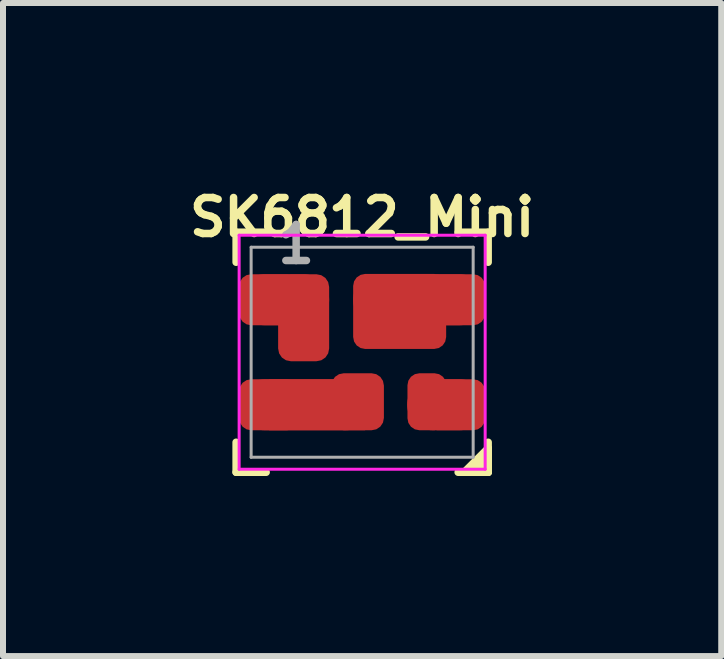
<source format=kicad_pcb>
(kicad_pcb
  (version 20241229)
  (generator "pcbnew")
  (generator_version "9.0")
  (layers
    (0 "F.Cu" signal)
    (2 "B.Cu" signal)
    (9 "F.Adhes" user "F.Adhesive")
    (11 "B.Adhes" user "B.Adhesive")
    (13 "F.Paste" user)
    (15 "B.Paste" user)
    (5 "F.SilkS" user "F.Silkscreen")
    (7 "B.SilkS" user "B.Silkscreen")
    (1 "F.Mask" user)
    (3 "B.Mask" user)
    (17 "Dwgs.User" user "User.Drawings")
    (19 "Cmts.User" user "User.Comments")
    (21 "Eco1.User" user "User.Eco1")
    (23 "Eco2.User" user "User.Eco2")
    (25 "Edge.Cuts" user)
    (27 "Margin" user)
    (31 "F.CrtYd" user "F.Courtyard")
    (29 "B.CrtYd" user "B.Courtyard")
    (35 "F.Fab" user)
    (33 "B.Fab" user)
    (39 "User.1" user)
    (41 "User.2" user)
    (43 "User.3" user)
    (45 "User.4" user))
  (footprint "SK6812_Mini"
    (layer "F.Cu")
    (at 2.985 2.82)
    (property "Reference" "SK6812_Mini" (at 0 -2.25 0) (layer "F.SilkS") (effects (font (size 0.6 0.6) (thickness 0.125))))
    (attr smd)
    (fp_line (start -2.1 -2) (end -2.1 -1.5) (stroke (width 0.125) (type solid)) (layer "F.SilkS"))
    (fp_line (start -2.1 -2) (end -1.6 -2) (stroke (width 0.125) (type solid)) (layer "F.SilkS"))
    (fp_line (start -2.1 2) (end -2.1 1.5) (stroke (width 0.125) (type solid)) (layer "F.SilkS"))
    (fp_line (start -2.1 2) (end -1.6 2) (stroke (width 0.125) (type solid)) (layer "F.SilkS"))
    (fp_line (start 1.7 2) (end 2.1 1.6) (stroke (width 0.125) (type solid)) (layer "F.SilkS"))
    (fp_line (start 2.1 -2) (end 1.6 -2) (stroke (width 0.125) (type solid)) (layer "F.SilkS"))
    (fp_line (start 2.1 -2) (end 2.1 -1.5) (stroke (width 0.125) (type solid)) (layer "F.SilkS"))
    (fp_line (start 2.1 1.6) (end 2.1 2) (stroke (width 0.125) (type solid)) (layer "F.SilkS"))
    (fp_line (start 2.1 1.7) (end 1.8 2) (stroke (width 0.125) (type solid)) (layer "F.SilkS"))
    (fp_line (start 2.1 1.8) (end 1.9 2) (stroke (width 0.125) (type solid)) (layer "F.SilkS"))
    (fp_line (start 2.1 2) (end 1.6 2) (stroke (width 0.125) (type solid)) (layer "F.SilkS"))
    (fp_line (start 2.1 2) (end 1.7 2) (stroke (width 0.125) (type solid)) (layer "F.SilkS"))
    (fp_line (start 2.1 2) (end 2.1 1.5) (stroke (width 0.125) (type solid)) (layer "F.SilkS"))
    (fp_line (start -2.05 -1.95) (end 2.05 -1.95) (stroke (width 0.05) (type solid)) (layer "F.CrtYd"))
    (fp_line (start -2.05 1.95) (end -2.05 -1.95) (stroke (width 0.05) (type solid)) (layer "F.CrtYd"))
    (fp_line (start 2.05 -1.95) (end 2.05 1.95) (stroke (width 0.05) (type solid)) (layer "F.CrtYd"))
    (fp_line (start 2.05 1.95) (end -2.05 1.95) (stroke (width 0.05) (type solid)) (layer "F.CrtYd"))
    (fp_line (start -1.85 -1.75) (end 1.85 -1.75) (stroke (width 0.05) (type solid)) (layer "F.Fab"))
    (fp_line (start -1.85 1.75) (end -1.85 -1.75) (stroke (width 0.05) (type solid)) (layer "F.Fab"))
    (fp_line (start 1.85 -1.75) (end 1.85 1.75) (stroke (width 0.05) (type solid)) (layer "F.Fab"))
    (fp_line (start 1.85 1.75) (end -1.85 1.75) (stroke (width 0.05) (type solid)) (layer "F.Fab"))
    (fp_text user "1" (at -1.1 -1.8 0) (layer "F.Fab") (effects (font (size 0.6 0.6) (thickness 0.125))))
    (pad "1" smd roundrect (at -1.55 -0.875) (size 1 0.85) (layers "F.Cu" "F.Mask") (roundrect_rratio 0.235))
    (pad "1" smd oval (at -1.3 -0.875) (size 1.5 0.85) (layers "F.Cu" "F.Paste"))
    (pad "1" smd roundrect (at -0.975 -0.575) (size 0.85 1.45) (layers "F.Cu" "F.Mask") (roundrect_rratio 0.25))
    (pad "2" smd roundrect (at -1.55 0.875) (size 1 0.85) (layers "F.Cu" "F.Mask") (roundrect_rratio 0.235))
    (pad "2" smd oval (at -0.95 0.875) (size 2.2 0.85) (layers "F.Cu" "F.Paste"))
    (pad "2" smd rect (at -0.75 0.875) (size 1.6 0.85) (layers "F.Cu" "F.Mask"))
    (pad "2" smd roundrect (at -0.075 0.825) (size 0.875 0.95) (layers "F.Cu" "F.Mask") (roundrect_rratio 0.235))
    (pad "3" smd roundrect (at 1.08 0.825) (size 0.65 0.95) (layers "F.Cu" "F.Mask") (roundrect_rratio 0.307))
    (pad "3" smd oval (at 1.4 0.875) (size 1.3 0.85) (layers "F.Cu" "F.Paste"))
    (pad "3" smd roundrect (at 1.55 0.875) (size 1 0.85) (layers "F.Cu" "F.Mask") (roundrect_rratio 0.235))
    (pad "4" smd roundrect (at 0.625 -0.68) (size 1.55 1.25) (layers "F.Cu" "F.Mask") (roundrect_rratio 0.16))
    (pad "4" smd oval (at 0.95 -0.875) (size 2.2 0.85) (layers "F.Cu" "F.Paste"))
    (pad "4" smd roundrect (at 1.55 -0.875) (size 1 0.85) (layers "F.Cu" "F.Mask") (roundrect_rratio 0.235)))
  (gr_rect
    (start -3 -3)
    (end 8.969 7.883)
    (stroke (width 0.1) (type default))
    (fill no)
    (layer "Edge.Cuts")))
</source>
